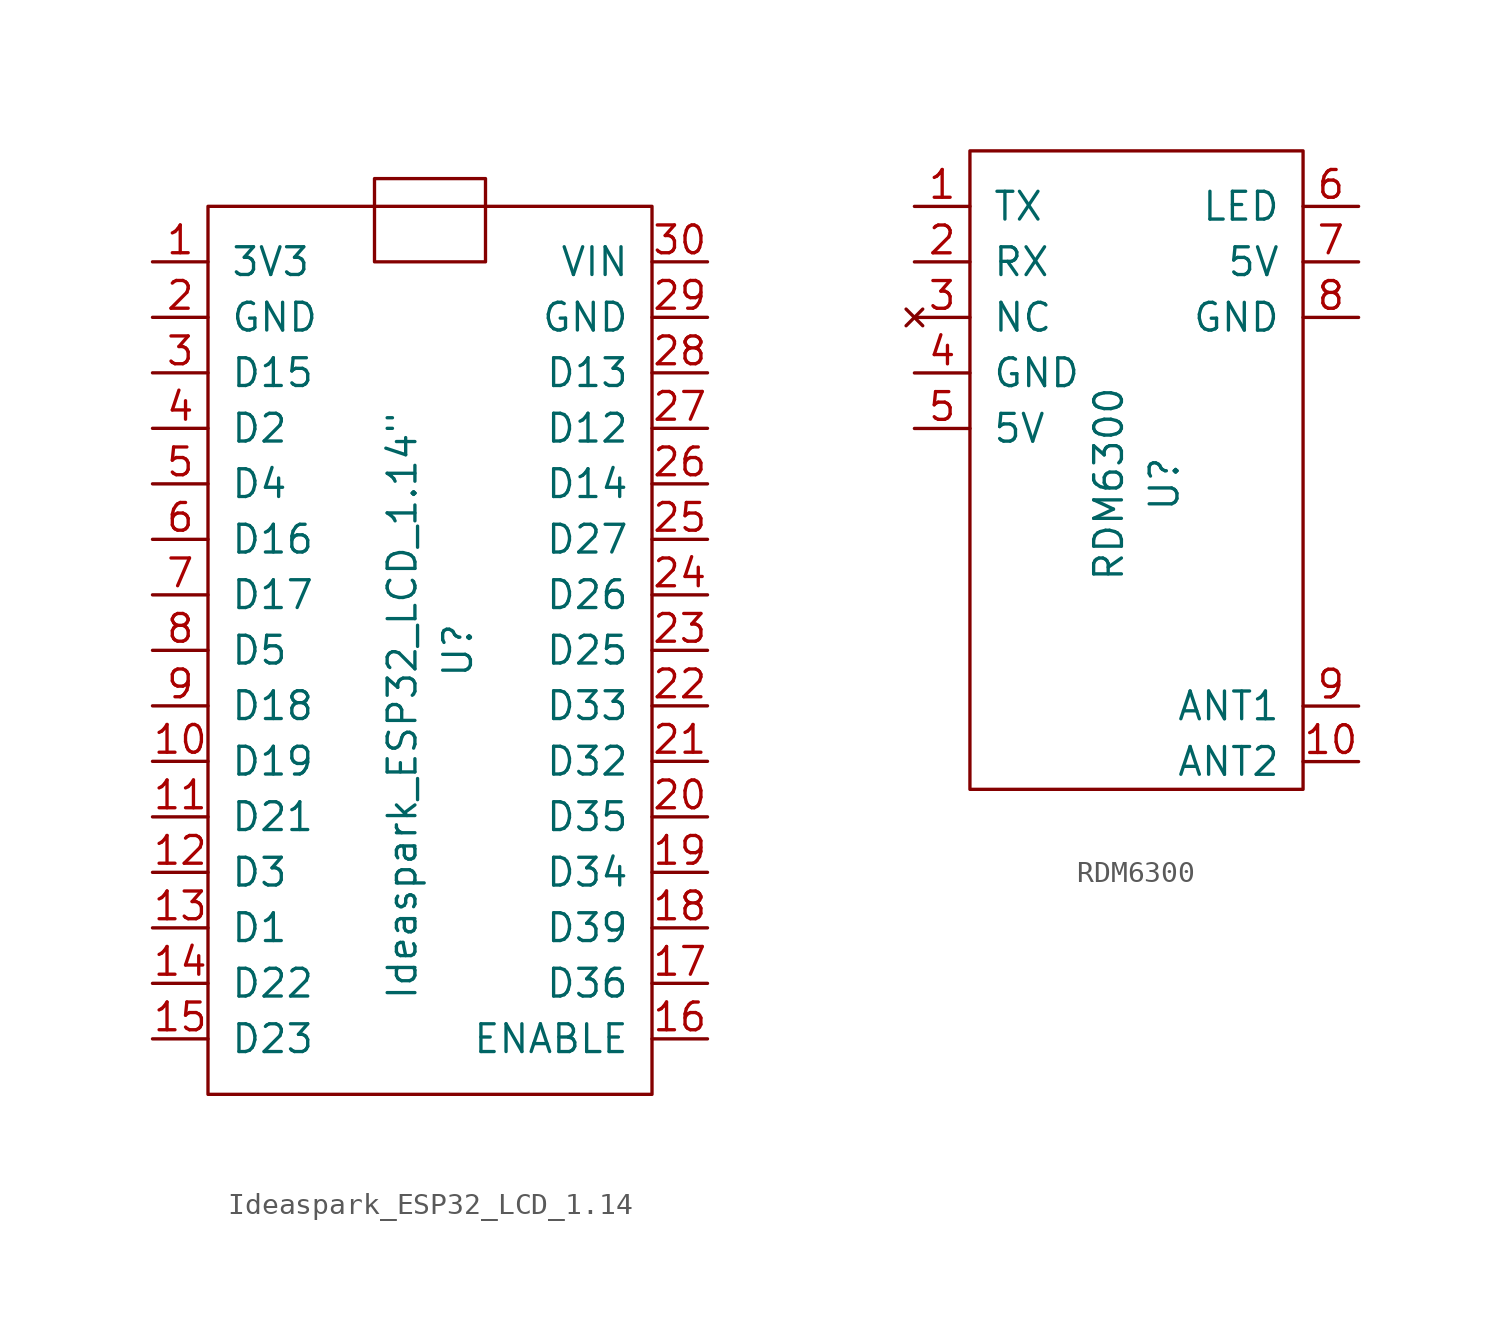
<source format=kicad_sym>
(kicad_symbol_lib
  (version 20220914)
  (generator kicad_symbol_editor)
  (symbol "Ideaspark_ESP32_LCD_1.14"
    (pin_names
      (offset 1.016))
    (property "Reference" "U"
      (at 1.27 0 90)
      (effects (font (size 1.27 1.27))))
    (property "Value" "Ideaspark_ESP32_LCD_1.14\""
      (at -1.27 -2.54 90)
      (effects (font (size 1.27 1.27))))
    (symbol "Ideaspark_ESP32_LCD_1.14_0_1"
      (rectangle (start -10.16 20.32) (end 10.16 -20.32) (stroke (width 0) (type solid)) (fill (type none)))
      (rectangle (start -2.54 21.59) (end 2.54 17.78) (stroke (width 0) (type solid)) (fill (type none))))
    (symbol "Ideaspark_ESP32_LCD_1.14_1_1"
      (pin power_out line (at -12.7 17.78 0) (length 2.54) (name "3V3" (effects (font (size 1.27 1.27)))) (number "1" (effects (font (size 1.27 1.27)))))
      (pin bidirectional line (at -12.7 -5.08 0) (length 2.54) (name "D19" (effects (font (size 1.27 1.27)))) (number "10" (effects (font (size 1.27 1.27)))))
      (pin bidirectional line (at -12.7 -7.62 0) (length 2.54) (name "D21" (effects (font (size 1.27 1.27)))) (number "11" (effects (font (size 1.27 1.27)))))
      (pin bidirectional line (at -12.7 -10.16 0) (length 2.54) (name "D3" (effects (font (size 1.27 1.27)))) (number "12" (effects (font (size 1.27 1.27)))))
      (pin bidirectional line (at -12.7 -12.7 0) (length 2.54) (name "D1" (effects (font (size 1.27 1.27)))) (number "13" (effects (font (size 1.27 1.27)))))
      (pin bidirectional line (at -12.7 -15.24 0) (length 2.54) (name "D22" (effects (font (size 1.27 1.27)))) (number "14" (effects (font (size 1.27 1.27)))))
      (pin bidirectional line (at -12.7 -17.78 0) (length 2.54) (name "D23" (effects (font (size 1.27 1.27)))) (number "15" (effects (font (size 1.27 1.27)))))
      (pin input line (at 12.7 -17.78 180) (length 2.54) (name "ENABLE" (effects (font (size 1.27 1.27)))) (number "16" (effects (font (size 1.27 1.27)))))
      (pin bidirectional line (at 12.7 -15.24 180) (length 2.54) (name "D36" (effects (font (size 1.27 1.27)))) (number "17" (effects (font (size 1.27 1.27)))))
      (pin bidirectional line (at 12.7 -12.7 180) (length 2.54) (name "D39" (effects (font (size 1.27 1.27)))) (number "18" (effects (font (size 1.27 1.27)))))
      (pin bidirectional line (at 12.7 -10.16 180) (length 2.54) (name "D34" (effects (font (size 1.27 1.27)))) (number "19" (effects (font (size 1.27 1.27)))))
      (pin power_out line (at -12.7 15.24 0) (length 2.54) (name "GND" (effects (font (size 1.27 1.27)))) (number "2" (effects (font (size 1.27 1.27)))))
      (pin bidirectional line (at 12.7 -7.62 180) (length 2.54) (name "D35" (effects (font (size 1.27 1.27)))) (number "20" (effects (font (size 1.27 1.27)))))
      (pin bidirectional line (at 12.7 -5.08 180) (length 2.54) (name "D32" (effects (font (size 1.27 1.27)))) (number "21" (effects (font (size 1.27 1.27)))))
      (pin bidirectional line (at 12.7 -2.54 180) (length 2.54) (name "D33" (effects (font (size 1.27 1.27)))) (number "22" (effects (font (size 1.27 1.27)))))
      (pin bidirectional line (at 12.7 0 180) (length 2.54) (name "D25" (effects (font (size 1.27 1.27)))) (number "23" (effects (font (size 1.27 1.27)))))
      (pin bidirectional line (at 12.7 2.54 180) (length 2.54) (name "D26" (effects (font (size 1.27 1.27)))) (number "24" (effects (font (size 1.27 1.27)))))
      (pin bidirectional line (at 12.7 5.08 180) (length 2.54) (name "D27" (effects (font (size 1.27 1.27)))) (number "25" (effects (font (size 1.27 1.27)))))
      (pin bidirectional line (at 12.7 7.62 180) (length 2.54) (name "D14" (effects (font (size 1.27 1.27)))) (number "26" (effects (font (size 1.27 1.27)))))
      (pin bidirectional line (at 12.7 10.16 180) (length 2.54) (name "D12" (effects (font (size 1.27 1.27)))) (number "27" (effects (font (size 1.27 1.27)))))
      (pin bidirectional line (at 12.7 12.7 180) (length 2.54) (name "D13" (effects (font (size 1.27 1.27)))) (number "28" (effects (font (size 1.27 1.27)))))
      (pin power_in line (at 12.7 15.24 180) (length 2.54) (name "GND" (effects (font (size 1.27 1.27)))) (number "29" (effects (font (size 1.27 1.27)))))
      (pin bidirectional line (at -12.7 12.7 0) (length 2.54) (name "D15" (effects (font (size 1.27 1.27)))) (number "3" (effects (font (size 1.27 1.27)))))
      (pin power_in line (at 12.7 17.78 180) (length 2.54) (name "VIN" (effects (font (size 1.27 1.27)))) (number "30" (effects (font (size 1.27 1.27)))))
      (pin bidirectional line (at -12.7 10.16 0) (length 2.54) (name "D2" (effects (font (size 1.27 1.27)))) (number "4" (effects (font (size 1.27 1.27)))))
      (pin bidirectional line (at -12.7 7.62 0) (length 2.54) (name "D4" (effects (font (size 1.27 1.27)))) (number "5" (effects (font (size 1.27 1.27)))))
      (pin bidirectional line (at -12.7 5.08 0) (length 2.54) (name "D16" (effects (font (size 1.27 1.27)))) (number "6" (effects (font (size 1.27 1.27)))))
      (pin bidirectional line (at -12.7 2.54 0) (length 2.54) (name "D17" (effects (font (size 1.27 1.27)))) (number "7" (effects (font (size 1.27 1.27)))))
      (pin bidirectional line (at -12.7 0 0) (length 2.54) (name "D5" (effects (font (size 1.27 1.27)))) (number "8" (effects (font (size 1.27 1.27)))))
      (pin bidirectional line (at -12.7 -2.54 0) (length 2.54) (name "D18" (effects (font (size 1.27 1.27)))) (number "9" (effects (font (size 1.27 1.27)))))))
  (symbol "RDM6300"
    (pin_names
      (offset 1.016))
    (property "Reference" "U"
      (at 1.27 0 90)
      (effects (font (size 1.27 1.27))))
    (property "Value" "RDM6300"
      (at -1.27 0 90)
      (effects (font (size 1.27 1.27))))
    (symbol "RDM6300_0_0"
      (pin output line (at -10.16 12.7 0) (length 2.54) (name "TX" (effects (font (size 1.27 1.27)))) (number "1" (effects (font (size 1.27 1.27)))))
      (pin bidirectional line (at 10.16 -12.7 180) (length 2.54) (name "ANT2" (effects (font (size 1.27 1.27)))) (number "10" (effects (font (size 1.27 1.27)))))
      (pin input line (at -10.16 10.16 0) (length 2.54) (name "RX" (effects (font (size 1.27 1.27)))) (number "2" (effects (font (size 1.27 1.27)))))
      (pin no_connect line (at -10.16 7.62 0) (length 2.54) (name "NC" (effects (font (size 1.27 1.27)))) (number "3" (effects (font (size 1.27 1.27)))))
      (pin power_in line (at -10.16 5.08 0) (length 2.54) (name "GND" (effects (font (size 1.27 1.27)))) (number "4" (effects (font (size 1.27 1.27)))))
      (pin power_in line (at -10.16 2.54 0) (length 2.54) (name "5V" (effects (font (size 1.27 1.27)))) (number "5" (effects (font (size 1.27 1.27)))))
      (pin output line (at 10.16 12.7 180) (length 2.54) (name "LED" (effects (font (size 1.27 1.27)))) (number "6" (effects (font (size 1.27 1.27)))))
      (pin power_in line (at 10.16 10.16 180) (length 2.54) (name "5V" (effects (font (size 1.27 1.27)))) (number "7" (effects (font (size 1.27 1.27)))))
      (pin power_in line (at 10.16 7.62 180) (length 2.54) (name "GND" (effects (font (size 1.27 1.27)))) (number "8" (effects (font (size 1.27 1.27)))))
      (pin bidirectional line (at 10.16 -10.16 180) (length 2.54) (name "ANT1" (effects (font (size 1.27 1.27)))) (number "9" (effects (font (size 1.27 1.27))))))
    (symbol "RDM6300_0_1"
      (rectangle (start -7.62 15.24) (end 7.62 -13.97) (stroke (width 0) (type solid)) (fill (type none))))))
</source>
